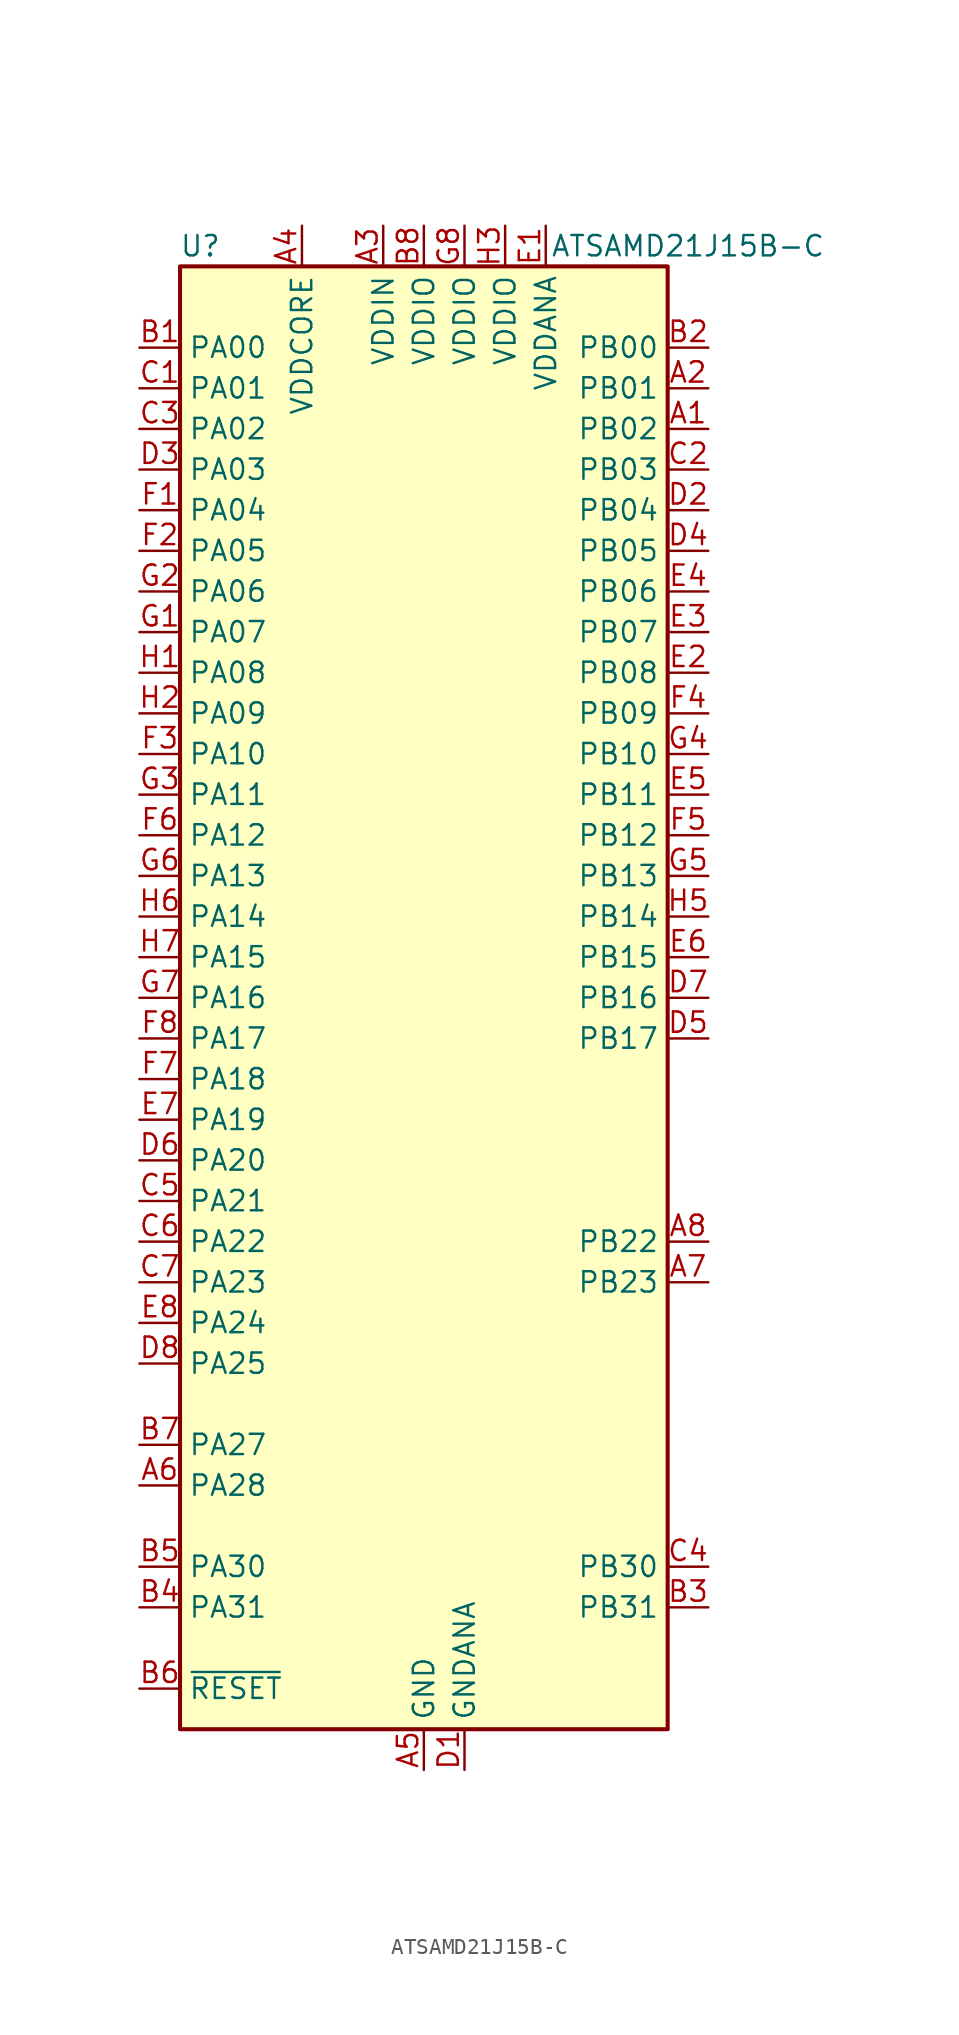
<source format=kicad_sym>
(kicad_symbol_lib
  (version 20220914)
  (generator kicad_symbol_editor)
  (symbol "ATSAMD21J15B-C"
    (property "Reference" "U"
      (at -13.97 46.99 0)
      (effects (font (size 1.27 1.27))))
    (property "Value" "ATSAMD21J15B-C"
      (at 16.51 46.99 0)
      (effects (font (size 1.27 1.27))))
    (symbol "ATSAMD21J15B-C_0_1"
      (rectangle (start -15.24 45.72) (end 15.24 -45.72) (stroke (width 0.254) (type solid)) (fill (type background))))
    (symbol "ATSAMD21J15B-C_1_1"
      (pin bidirectional line (at 17.78 35.56 180) (length 2.54) (name "PB02" (effects (font (size 1.27 1.27)))) (number "A1" (effects (font (size 1.27 1.27)))))
      (pin bidirectional line (at 17.78 38.1 180) (length 2.54) (name "PB01" (effects (font (size 1.27 1.27)))) (number "A2" (effects (font (size 1.27 1.27)))))
      (pin power_in line (at -2.54 48.26 270) (length 2.54) (name "VDDIN" (effects (font (size 1.27 1.27)))) (number "A3" (effects (font (size 1.27 1.27)))))
      (pin power_out line (at -7.62 48.26 270) (length 2.54) (name "VDDCORE" (effects (font (size 1.27 1.27)))) (number "A4" (effects (font (size 1.27 1.27)))))
      (pin power_in line (at 0 -48.26 90) (length 2.54) (name "GND" (effects (font (size 1.27 1.27)))) (number "A5" (effects (font (size 1.27 1.27)))))
      (pin bidirectional line (at -17.78 -30.48 0) (length 2.54) (name "PA28" (effects (font (size 1.27 1.27)))) (number "A6" (effects (font (size 1.27 1.27)))))
      (pin bidirectional line (at 17.78 -17.78 180) (length 2.54) (name "PB23" (effects (font (size 1.27 1.27)))) (number "A7" (effects (font (size 1.27 1.27)))))
      (pin bidirectional line (at 17.78 -15.24 180) (length 2.54) (name "PB22" (effects (font (size 1.27 1.27)))) (number "A8" (effects (font (size 1.27 1.27)))))
      (pin bidirectional line (at -17.78 40.64 0) (length 2.54) (name "PA00" (effects (font (size 1.27 1.27)))) (number "B1" (effects (font (size 1.27 1.27)))))
      (pin bidirectional line (at 17.78 40.64 180) (length 2.54) (name "PB00" (effects (font (size 1.27 1.27)))) (number "B2" (effects (font (size 1.27 1.27)))))
      (pin bidirectional line (at 17.78 -38.1 180) (length 2.54) (name "PB31" (effects (font (size 1.27 1.27)))) (number "B3" (effects (font (size 1.27 1.27)))))
      (pin bidirectional line (at -17.78 -38.1 0) (length 2.54) (name "PA31" (effects (font (size 1.27 1.27)))) (number "B4" (effects (font (size 1.27 1.27)))))
      (pin bidirectional line (at -17.78 -35.56 0) (length 2.54) (name "PA30" (effects (font (size 1.27 1.27)))) (number "B5" (effects (font (size 1.27 1.27)))))
      (pin input line (at -17.78 -43.18 0) (length 2.54) (name "~{RESET}" (effects (font (size 1.27 1.27)))) (number "B6" (effects (font (size 1.27 1.27)))))
      (pin bidirectional line (at -17.78 -27.94 0) (length 2.54) (name "PA27" (effects (font (size 1.27 1.27)))) (number "B7" (effects (font (size 1.27 1.27)))))
      (pin power_in line (at 0 48.26 270) (length 2.54) (name "VDDIO" (effects (font (size 1.27 1.27)))) (number "B8" (effects (font (size 1.27 1.27)))))
      (pin bidirectional line (at -17.78 38.1 0) (length 2.54) (name "PA01" (effects (font (size 1.27 1.27)))) (number "C1" (effects (font (size 1.27 1.27)))))
      (pin bidirectional line (at 17.78 33.02 180) (length 2.54) (name "PB03" (effects (font (size 1.27 1.27)))) (number "C2" (effects (font (size 1.27 1.27)))))
      (pin bidirectional line (at -17.78 35.56 0) (length 2.54) (name "PA02" (effects (font (size 1.27 1.27)))) (number "C3" (effects (font (size 1.27 1.27)))))
      (pin bidirectional line (at 17.78 -35.56 180) (length 2.54) (name "PB30" (effects (font (size 1.27 1.27)))) (number "C4" (effects (font (size 1.27 1.27)))))
      (pin bidirectional line (at -17.78 -12.7 0) (length 2.54) (name "PA21" (effects (font (size 1.27 1.27)))) (number "C5" (effects (font (size 1.27 1.27)))))
      (pin bidirectional line (at -17.78 -15.24 0) (length 2.54) (name "PA22" (effects (font (size 1.27 1.27)))) (number "C6" (effects (font (size 1.27 1.27)))))
      (pin bidirectional line (at -17.78 -17.78 0) (length 2.54) (name "PA23" (effects (font (size 1.27 1.27)))) (number "C7" (effects (font (size 1.27 1.27)))))
      (pin passive line (at 0 -48.26 90) (length 2.54) hide (name "GND" (effects (font (size 1.27 1.27)))) (number "C8" (effects (font (size 1.27 1.27)))))
      (pin power_in line (at 2.54 -48.26 90) (length 2.54) (name "GNDANA" (effects (font (size 1.27 1.27)))) (number "D1" (effects (font (size 1.27 1.27)))))
      (pin bidirectional line (at 17.78 30.48 180) (length 2.54) (name "PB04" (effects (font (size 1.27 1.27)))) (number "D2" (effects (font (size 1.27 1.27)))))
      (pin bidirectional line (at -17.78 33.02 0) (length 2.54) (name "PA03" (effects (font (size 1.27 1.27)))) (number "D3" (effects (font (size 1.27 1.27)))))
      (pin bidirectional line (at 17.78 27.94 180) (length 2.54) (name "PB05" (effects (font (size 1.27 1.27)))) (number "D4" (effects (font (size 1.27 1.27)))))
      (pin bidirectional line (at 17.78 -2.54 180) (length 2.54) (name "PB17" (effects (font (size 1.27 1.27)))) (number "D5" (effects (font (size 1.27 1.27)))))
      (pin bidirectional line (at -17.78 -10.16 0) (length 2.54) (name "PA20" (effects (font (size 1.27 1.27)))) (number "D6" (effects (font (size 1.27 1.27)))))
      (pin bidirectional line (at 17.78 0 180) (length 2.54) (name "PB16" (effects (font (size 1.27 1.27)))) (number "D7" (effects (font (size 1.27 1.27)))))
      (pin bidirectional line (at -17.78 -22.86 0) (length 2.54) (name "PA25" (effects (font (size 1.27 1.27)))) (number "D8" (effects (font (size 1.27 1.27)))))
      (pin power_in line (at 7.62 48.26 270) (length 2.54) (name "VDDANA" (effects (font (size 1.27 1.27)))) (number "E1" (effects (font (size 1.27 1.27)))))
      (pin bidirectional line (at 17.78 20.32 180) (length 2.54) (name "PB08" (effects (font (size 1.27 1.27)))) (number "E2" (effects (font (size 1.27 1.27)))))
      (pin bidirectional line (at 17.78 22.86 180) (length 2.54) (name "PB07" (effects (font (size 1.27 1.27)))) (number "E3" (effects (font (size 1.27 1.27)))))
      (pin bidirectional line (at 17.78 25.4 180) (length 2.54) (name "PB06" (effects (font (size 1.27 1.27)))) (number "E4" (effects (font (size 1.27 1.27)))))
      (pin bidirectional line (at 17.78 12.7 180) (length 2.54) (name "PB11" (effects (font (size 1.27 1.27)))) (number "E5" (effects (font (size 1.27 1.27)))))
      (pin bidirectional line (at 17.78 2.54 180) (length 2.54) (name "PB15" (effects (font (size 1.27 1.27)))) (number "E6" (effects (font (size 1.27 1.27)))))
      (pin bidirectional line (at -17.78 -7.62 0) (length 2.54) (name "PA19" (effects (font (size 1.27 1.27)))) (number "E7" (effects (font (size 1.27 1.27)))))
      (pin bidirectional line (at -17.78 -20.32 0) (length 2.54) (name "PA24" (effects (font (size 1.27 1.27)))) (number "E8" (effects (font (size 1.27 1.27)))))
      (pin bidirectional line (at -17.78 30.48 0) (length 2.54) (name "PA04" (effects (font (size 1.27 1.27)))) (number "F1" (effects (font (size 1.27 1.27)))))
      (pin bidirectional line (at -17.78 27.94 0) (length 2.54) (name "PA05" (effects (font (size 1.27 1.27)))) (number "F2" (effects (font (size 1.27 1.27)))))
      (pin bidirectional line (at -17.78 15.24 0) (length 2.54) (name "PA10" (effects (font (size 1.27 1.27)))) (number "F3" (effects (font (size 1.27 1.27)))))
      (pin bidirectional line (at 17.78 17.78 180) (length 2.54) (name "PB09" (effects (font (size 1.27 1.27)))) (number "F4" (effects (font (size 1.27 1.27)))))
      (pin bidirectional line (at 17.78 10.16 180) (length 2.54) (name "PB12" (effects (font (size 1.27 1.27)))) (number "F5" (effects (font (size 1.27 1.27)))))
      (pin bidirectional line (at -17.78 10.16 0) (length 2.54) (name "PA12" (effects (font (size 1.27 1.27)))) (number "F6" (effects (font (size 1.27 1.27)))))
      (pin bidirectional line (at -17.78 -5.08 0) (length 2.54) (name "PA18" (effects (font (size 1.27 1.27)))) (number "F7" (effects (font (size 1.27 1.27)))))
      (pin bidirectional line (at -17.78 -2.54 0) (length 2.54) (name "PA17" (effects (font (size 1.27 1.27)))) (number "F8" (effects (font (size 1.27 1.27)))))
      (pin bidirectional line (at -17.78 22.86 0) (length 2.54) (name "PA07" (effects (font (size 1.27 1.27)))) (number "G1" (effects (font (size 1.27 1.27)))))
      (pin bidirectional line (at -17.78 25.4 0) (length 2.54) (name "PA06" (effects (font (size 1.27 1.27)))) (number "G2" (effects (font (size 1.27 1.27)))))
      (pin bidirectional line (at -17.78 12.7 0) (length 2.54) (name "PA11" (effects (font (size 1.27 1.27)))) (number "G3" (effects (font (size 1.27 1.27)))))
      (pin bidirectional line (at 17.78 15.24 180) (length 2.54) (name "PB10" (effects (font (size 1.27 1.27)))) (number "G4" (effects (font (size 1.27 1.27)))))
      (pin bidirectional line (at 17.78 7.62 180) (length 2.54) (name "PB13" (effects (font (size 1.27 1.27)))) (number "G5" (effects (font (size 1.27 1.27)))))
      (pin bidirectional line (at -17.78 7.62 0) (length 2.54) (name "PA13" (effects (font (size 1.27 1.27)))) (number "G6" (effects (font (size 1.27 1.27)))))
      (pin bidirectional line (at -17.78 0 0) (length 2.54) (name "PA16" (effects (font (size 1.27 1.27)))) (number "G7" (effects (font (size 1.27 1.27)))))
      (pin power_in line (at 2.54 48.26 270) (length 2.54) (name "VDDIO" (effects (font (size 1.27 1.27)))) (number "G8" (effects (font (size 1.27 1.27)))))
      (pin bidirectional line (at -17.78 20.32 0) (length 2.54) (name "PA08" (effects (font (size 1.27 1.27)))) (number "H1" (effects (font (size 1.27 1.27)))))
      (pin bidirectional line (at -17.78 17.78 0) (length 2.54) (name "PA09" (effects (font (size 1.27 1.27)))) (number "H2" (effects (font (size 1.27 1.27)))))
      (pin power_in line (at 5.08 48.26 270) (length 2.54) (name "VDDIO" (effects (font (size 1.27 1.27)))) (number "H3" (effects (font (size 1.27 1.27)))))
      (pin passive line (at 0 -48.26 90) (length 2.54) hide (name "GND" (effects (font (size 1.27 1.27)))) (number "H4" (effects (font (size 1.27 1.27)))))
      (pin bidirectional line (at 17.78 5.08 180) (length 2.54) (name "PB14" (effects (font (size 1.27 1.27)))) (number "H5" (effects (font (size 1.27 1.27)))))
      (pin bidirectional line (at -17.78 5.08 0) (length 2.54) (name "PA14" (effects (font (size 1.27 1.27)))) (number "H6" (effects (font (size 1.27 1.27)))))
      (pin bidirectional line (at -17.78 2.54 0) (length 2.54) (name "PA15" (effects (font (size 1.27 1.27)))) (number "H7" (effects (font (size 1.27 1.27)))))
      (pin passive line (at 0 -48.26 90) (length 2.54) hide (name "GND" (effects (font (size 1.27 1.27)))) (number "H8" (effects (font (size 1.27 1.27))))))))
</source>
